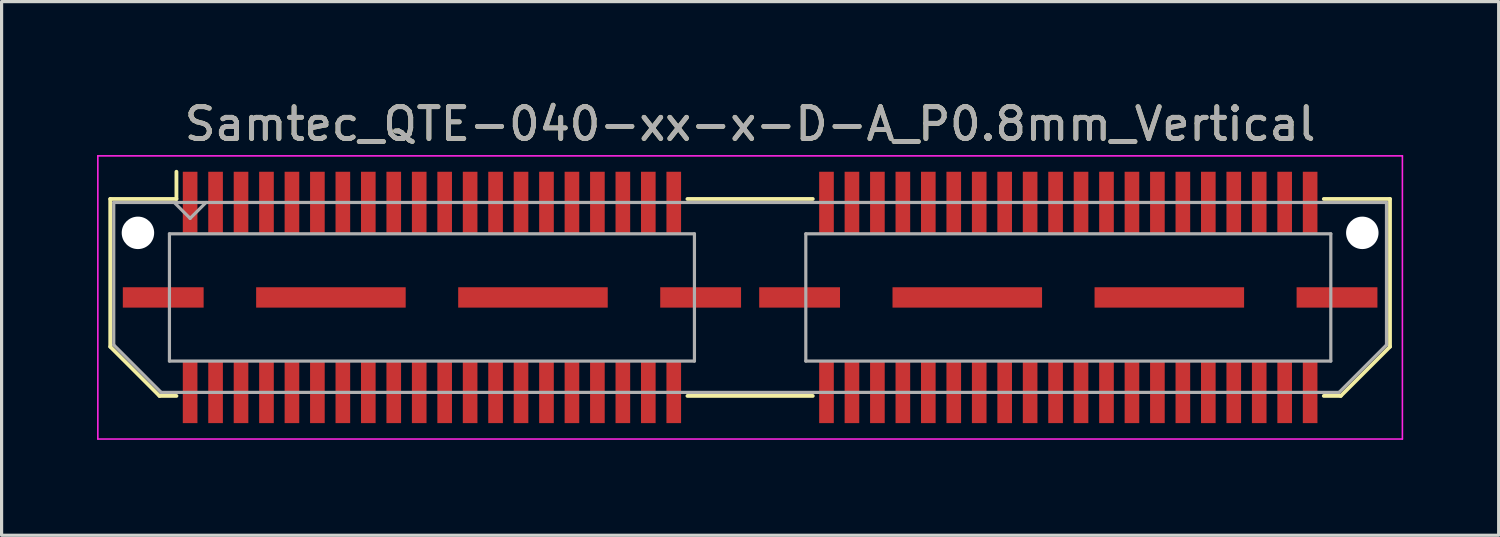
<source format=kicad_pcb>
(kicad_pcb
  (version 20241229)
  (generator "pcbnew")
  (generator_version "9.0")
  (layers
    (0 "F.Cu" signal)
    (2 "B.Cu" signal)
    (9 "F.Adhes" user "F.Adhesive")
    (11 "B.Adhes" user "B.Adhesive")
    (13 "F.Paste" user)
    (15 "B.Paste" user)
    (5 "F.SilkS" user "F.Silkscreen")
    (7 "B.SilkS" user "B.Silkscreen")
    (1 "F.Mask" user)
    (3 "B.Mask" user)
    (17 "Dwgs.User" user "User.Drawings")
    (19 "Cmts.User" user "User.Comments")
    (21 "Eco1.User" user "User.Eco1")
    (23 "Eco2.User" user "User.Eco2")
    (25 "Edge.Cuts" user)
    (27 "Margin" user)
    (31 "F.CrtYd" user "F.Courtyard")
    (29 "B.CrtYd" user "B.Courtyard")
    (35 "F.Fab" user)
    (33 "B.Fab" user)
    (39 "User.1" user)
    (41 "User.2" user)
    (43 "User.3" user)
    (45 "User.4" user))
  (footprint "Samtec_QTE-040-xx-x-D-A_P0.8mm_Vertical"
    (layer "F.Cu")
    (at 20.525 6.298)
    (property "Reference" "Samtec_QTE-040-xx-x-D-A_P0.8mm_Vertical" (at 0 -5.45 0) (layer "F.SilkS") (effects (font (size 1 1) (thickness 0.15))))
    (attr smd)
    (fp_line (start -20.11 -3.095) (end -20.11 1.548) (stroke (width 0.12) (type solid)) (layer "F.SilkS"))
    (fp_line (start -20.11 1.548) (end -18.562 3.095) (stroke (width 0.12) (type solid)) (layer "F.SilkS"))
    (fp_line (start -18.562 3.095) (end -18.03 3.095) (stroke (width 0.12) (type solid)) (layer "F.SilkS"))
    (fp_line (start -18.03 -3.95) (end -18.03 -3.095) (stroke (width 0.12) (type solid)) (layer "F.SilkS"))
    (fp_line (start -18.03 -3.095) (end -20.11 -3.095) (stroke (width 0.12) (type solid)) (layer "F.SilkS"))
    (fp_line (start -1.97 -3.095) (end 1.97 -3.095) (stroke (width 0.12) (type solid)) (layer "F.SilkS"))
    (fp_line (start -1.97 3.095) (end 1.97 3.095) (stroke (width 0.12) (type solid)) (layer "F.SilkS"))
    (fp_line (start 18.03 -3.095) (end 20.11 -3.095) (stroke (width 0.12) (type solid)) (layer "F.SilkS"))
    (fp_line (start 18.562 3.095) (end 18.03 3.095) (stroke (width 0.12) (type solid)) (layer "F.SilkS"))
    (fp_line (start 20.11 -3.095) (end 20.11 1.548) (stroke (width 0.12) (type solid)) (layer "F.SilkS"))
    (fp_line (start 20.11 1.548) (end 18.562 3.095) (stroke (width 0.12) (type solid)) (layer "F.SilkS"))
    (fp_line (start -20.5 -4.45) (end -20.5 4.45) (stroke (width 0.05) (type solid)) (layer "F.CrtYd"))
    (fp_line (start -20.5 4.45) (end 20.5 4.45) (stroke (width 0.05) (type solid)) (layer "F.CrtYd"))
    (fp_line (start 20.5 -4.45) (end -20.5 -4.45) (stroke (width 0.05) (type solid)) (layer "F.CrtYd"))
    (fp_line (start 20.5 4.45) (end 20.5 -4.45) (stroke (width 0.05) (type solid)) (layer "F.CrtYd"))
    (fp_line (start -20 -2.985) (end -20 1.492) (stroke (width 0.1) (type solid)) (layer "F.Fab"))
    (fp_line (start -20 -2.985) (end 20 -2.985) (stroke (width 0.1) (type solid)) (layer "F.Fab"))
    (fp_line (start -20 1.492) (end -18.508 2.985) (stroke (width 0.1) (type solid)) (layer "F.Fab"))
    (fp_line (start -18.508 2.985) (end 18.508 2.985) (stroke (width 0.1) (type solid)) (layer "F.Fab"))
    (fp_line (start -18.25 -2) (end -18.25 2) (stroke (width 0.1) (type solid)) (layer "F.Fab"))
    (fp_line (start -18.25 2) (end -1.75 2) (stroke (width 0.1) (type solid)) (layer "F.Fab"))
    (fp_line (start -17.6 -2.485) (end -18.1 -2.985) (stroke (width 0.1) (type solid)) (layer "F.Fab"))
    (fp_line (start -17.1 -2.985) (end -17.6 -2.485) (stroke (width 0.1) (type solid)) (layer "F.Fab"))
    (fp_line (start -1.75 -2) (end -18.25 -2) (stroke (width 0.1) (type solid)) (layer "F.Fab"))
    (fp_line (start -1.75 2) (end -1.75 -2) (stroke (width 0.1) (type solid)) (layer "F.Fab"))
    (fp_line (start 1.75 -2) (end 1.75 2) (stroke (width 0.1) (type solid)) (layer "F.Fab"))
    (fp_line (start 1.75 2) (end 18.25 2) (stroke (width 0.1) (type solid)) (layer "F.Fab"))
    (fp_line (start 18.25 -2) (end 1.75 -2) (stroke (width 0.1) (type solid)) (layer "F.Fab"))
    (fp_line (start 18.25 2) (end 18.25 -2) (stroke (width 0.1) (type solid)) (layer "F.Fab"))
    (fp_line (start 20 -2.985) (end 20 1.492) (stroke (width 0.1) (type solid)) (layer "F.Fab"))
    (fp_line (start 20 1.492) (end 18.508 2.985) (stroke (width 0.1) (type solid)) (layer "F.Fab"))
    (fp_text user "${REFERENCE}" (at 0 -5.45 0) (layer "F.Fab") (effects (font (size 1 1) (thickness 0.15))))
    (pad "" np_thru_hole circle (at -19.24 -2.03) (size 1.02 1.02) (drill 1.02) (layers "*.Cu" "*.Mask"))
    (pad "" np_thru_hole circle (at 19.24 -2.03) (size 1.02 1.02) (drill 1.02) (layers "*.Cu" "*.Mask"))
    (pad "1" smd rect (at -17.6 -2.98) (size 0.46 1.94) (layers "F.Cu" "F.Mask" "F.Paste"))
    (pad "2" smd rect (at -17.6 2.98) (size 0.46 1.94) (layers "F.Cu" "F.Mask" "F.Paste"))
    (pad "3" smd rect (at -16.8 -2.98) (size 0.46 1.94) (layers "F.Cu" "F.Mask" "F.Paste"))
    (pad "4" smd rect (at -16.8 2.98) (size 0.46 1.94) (layers "F.Cu" "F.Mask" "F.Paste"))
    (pad "5" smd rect (at -16 -2.98) (size 0.46 1.94) (layers "F.Cu" "F.Mask" "F.Paste"))
    (pad "6" smd rect (at -16 2.98) (size 0.46 1.94) (layers "F.Cu" "F.Mask" "F.Paste"))
    (pad "7" smd rect (at -15.2 -2.98) (size 0.46 1.94) (layers "F.Cu" "F.Mask" "F.Paste"))
    (pad "8" smd rect (at -15.2 2.98) (size 0.46 1.94) (layers "F.Cu" "F.Mask" "F.Paste"))
    (pad "9" smd rect (at -14.4 -2.98) (size 0.46 1.94) (layers "F.Cu" "F.Mask" "F.Paste"))
    (pad "10" smd rect (at -14.4 2.98) (size 0.46 1.94) (layers "F.Cu" "F.Mask" "F.Paste"))
    (pad "11" smd rect (at -13.6 -2.98) (size 0.46 1.94) (layers "F.Cu" "F.Mask" "F.Paste"))
    (pad "12" smd rect (at -13.6 2.98) (size 0.46 1.94) (layers "F.Cu" "F.Mask" "F.Paste"))
    (pad "13" smd rect (at -12.8 -2.98) (size 0.46 1.94) (layers "F.Cu" "F.Mask" "F.Paste"))
    (pad "14" smd rect (at -12.8 2.98) (size 0.46 1.94) (layers "F.Cu" "F.Mask" "F.Paste"))
    (pad "15" smd rect (at -12 -2.98) (size 0.46 1.94) (layers "F.Cu" "F.Mask" "F.Paste"))
    (pad "16" smd rect (at -12 2.98) (size 0.46 1.94) (layers "F.Cu" "F.Mask" "F.Paste"))
    (pad "17" smd rect (at -11.2 -2.98) (size 0.46 1.94) (layers "F.Cu" "F.Mask" "F.Paste"))
    (pad "18" smd rect (at -11.2 2.98) (size 0.46 1.94) (layers "F.Cu" "F.Mask" "F.Paste"))
    (pad "19" smd rect (at -10.4 -2.98) (size 0.46 1.94) (layers "F.Cu" "F.Mask" "F.Paste"))
    (pad "20" smd rect (at -10.4 2.98) (size 0.46 1.94) (layers "F.Cu" "F.Mask" "F.Paste"))
    (pad "21" smd rect (at -9.6 -2.98) (size 0.46 1.94) (layers "F.Cu" "F.Mask" "F.Paste"))
    (pad "22" smd rect (at -9.6 2.98) (size 0.46 1.94) (layers "F.Cu" "F.Mask" "F.Paste"))
    (pad "23" smd rect (at -8.8 -2.98) (size 0.46 1.94) (layers "F.Cu" "F.Mask" "F.Paste"))
    (pad "24" smd rect (at -8.8 2.98) (size 0.46 1.94) (layers "F.Cu" "F.Mask" "F.Paste"))
    (pad "25" smd rect (at -8 -2.98) (size 0.46 1.94) (layers "F.Cu" "F.Mask" "F.Paste"))
    (pad "26" smd rect (at -8 2.98) (size 0.46 1.94) (layers "F.Cu" "F.Mask" "F.Paste"))
    (pad "27" smd rect (at -7.2 -2.98) (size 0.46 1.94) (layers "F.Cu" "F.Mask" "F.Paste"))
    (pad "28" smd rect (at -7.2 2.98) (size 0.46 1.94) (layers "F.Cu" "F.Mask" "F.Paste"))
    (pad "29" smd rect (at -6.4 -2.98) (size 0.46 1.94) (layers "F.Cu" "F.Mask" "F.Paste"))
    (pad "30" smd rect (at -6.4 2.98) (size 0.46 1.94) (layers "F.Cu" "F.Mask" "F.Paste"))
    (pad "31" smd rect (at -5.6 -2.98) (size 0.46 1.94) (layers "F.Cu" "F.Mask" "F.Paste"))
    (pad "32" smd rect (at -5.6 2.98) (size 0.46 1.94) (layers "F.Cu" "F.Mask" "F.Paste"))
    (pad "33" smd rect (at -4.8 -2.98) (size 0.46 1.94) (layers "F.Cu" "F.Mask" "F.Paste"))
    (pad "34" smd rect (at -4.8 2.98) (size 0.46 1.94) (layers "F.Cu" "F.Mask" "F.Paste"))
    (pad "35" smd rect (at -4 -2.98) (size 0.46 1.94) (layers "F.Cu" "F.Mask" "F.Paste"))
    (pad "36" smd rect (at -4 2.98) (size 0.46 1.94) (layers "F.Cu" "F.Mask" "F.Paste"))
    (pad "37" smd rect (at -3.2 -2.98) (size 0.46 1.94) (layers "F.Cu" "F.Mask" "F.Paste"))
    (pad "38" smd rect (at -3.2 2.98) (size 0.46 1.94) (layers "F.Cu" "F.Mask" "F.Paste"))
    (pad "39" smd rect (at -2.4 -2.98) (size 0.46 1.94) (layers "F.Cu" "F.Mask" "F.Paste"))
    (pad "40" smd rect (at -2.4 2.98) (size 0.46 1.94) (layers "F.Cu" "F.Mask" "F.Paste"))
    (pad "41" smd rect (at 2.4 -2.98) (size 0.46 1.94) (layers "F.Cu" "F.Mask" "F.Paste"))
    (pad "42" smd rect (at 2.4 2.98) (size 0.46 1.94) (layers "F.Cu" "F.Mask" "F.Paste"))
    (pad "43" smd rect (at 3.2 -2.98) (size 0.46 1.94) (layers "F.Cu" "F.Mask" "F.Paste"))
    (pad "44" smd rect (at 3.2 2.98) (size 0.46 1.94) (layers "F.Cu" "F.Mask" "F.Paste"))
    (pad "45" smd rect (at 4 -2.98) (size 0.46 1.94) (layers "F.Cu" "F.Mask" "F.Paste"))
    (pad "46" smd rect (at 4 2.98) (size 0.46 1.94) (layers "F.Cu" "F.Mask" "F.Paste"))
    (pad "47" smd rect (at 4.8 -2.98) (size 0.46 1.94) (layers "F.Cu" "F.Mask" "F.Paste"))
    (pad "48" smd rect (at 4.8 2.98) (size 0.46 1.94) (layers "F.Cu" "F.Mask" "F.Paste"))
    (pad "49" smd rect (at 5.6 -2.98) (size 0.46 1.94) (layers "F.Cu" "F.Mask" "F.Paste"))
    (pad "50" smd rect (at 5.6 2.98) (size 0.46 1.94) (layers "F.Cu" "F.Mask" "F.Paste"))
    (pad "51" smd rect (at 6.4 -2.98) (size 0.46 1.94) (layers "F.Cu" "F.Mask" "F.Paste"))
    (pad "52" smd rect (at 6.4 2.98) (size 0.46 1.94) (layers "F.Cu" "F.Mask" "F.Paste"))
    (pad "53" smd rect (at 7.2 -2.98) (size 0.46 1.94) (layers "F.Cu" "F.Mask" "F.Paste"))
    (pad "54" smd rect (at 7.2 2.98) (size 0.46 1.94) (layers "F.Cu" "F.Mask" "F.Paste"))
    (pad "55" smd rect (at 8 -2.98) (size 0.46 1.94) (layers "F.Cu" "F.Mask" "F.Paste"))
    (pad "56" smd rect (at 8 2.98) (size 0.46 1.94) (layers "F.Cu" "F.Mask" "F.Paste"))
    (pad "57" smd rect (at 8.8 -2.98) (size 0.46 1.94) (layers "F.Cu" "F.Mask" "F.Paste"))
    (pad "58" smd rect (at 8.8 2.98) (size 0.46 1.94) (layers "F.Cu" "F.Mask" "F.Paste"))
    (pad "59" smd rect (at 9.6 -2.98) (size 0.46 1.94) (layers "F.Cu" "F.Mask" "F.Paste"))
    (pad "60" smd rect (at 9.6 2.98) (size 0.46 1.94) (layers "F.Cu" "F.Mask" "F.Paste"))
    (pad "61" smd rect (at 10.4 -2.98) (size 0.46 1.94) (layers "F.Cu" "F.Mask" "F.Paste"))
    (pad "62" smd rect (at 10.4 2.98) (size 0.46 1.94) (layers "F.Cu" "F.Mask" "F.Paste"))
    (pad "63" smd rect (at 11.2 -2.98) (size 0.46 1.94) (layers "F.Cu" "F.Mask" "F.Paste"))
    (pad "64" smd rect (at 11.2 2.98) (size 0.46 1.94) (layers "F.Cu" "F.Mask" "F.Paste"))
    (pad "65" smd rect (at 12 -2.98) (size 0.46 1.94) (layers "F.Cu" "F.Mask" "F.Paste"))
    (pad "66" smd rect (at 12 2.98) (size 0.46 1.94) (layers "F.Cu" "F.Mask" "F.Paste"))
    (pad "67" smd rect (at 12.8 -2.98) (size 0.46 1.94) (layers "F.Cu" "F.Mask" "F.Paste"))
    (pad "68" smd rect (at 12.8 2.98) (size 0.46 1.94) (layers "F.Cu" "F.Mask" "F.Paste"))
    (pad "69" smd rect (at 13.6 -2.98) (size 0.46 1.94) (layers "F.Cu" "F.Mask" "F.Paste"))
    (pad "70" smd rect (at 13.6 2.98) (size 0.46 1.94) (layers "F.Cu" "F.Mask" "F.Paste"))
    (pad "71" smd rect (at 14.4 -2.98) (size 0.46 1.94) (layers "F.Cu" "F.Mask" "F.Paste"))
    (pad "72" smd rect (at 14.4 2.98) (size 0.46 1.94) (layers "F.Cu" "F.Mask" "F.Paste"))
    (pad "73" smd rect (at 15.2 -2.98) (size 0.46 1.94) (layers "F.Cu" "F.Mask" "F.Paste"))
    (pad "74" smd rect (at 15.2 2.98) (size 0.46 1.94) (layers "F.Cu" "F.Mask" "F.Paste"))
    (pad "75" smd rect (at 16 -2.98) (size 0.46 1.94) (layers "F.Cu" "F.Mask" "F.Paste"))
    (pad "76" smd rect (at 16 2.98) (size 0.46 1.94) (layers "F.Cu" "F.Mask" "F.Paste"))
    (pad "77" smd rect (at 16.8 -2.98) (size 0.46 1.94) (layers "F.Cu" "F.Mask" "F.Paste"))
    (pad "78" smd rect (at 16.8 2.98) (size 0.46 1.94) (layers "F.Cu" "F.Mask" "F.Paste"))
    (pad "79" smd rect (at 17.6 -2.98) (size 0.46 1.94) (layers "F.Cu" "F.Mask" "F.Paste"))
    (pad "80" smd rect (at 17.6 2.98) (size 0.46 1.94) (layers "F.Cu" "F.Mask" "F.Paste"))
    (pad "P1" smd rect (at -18.445 0) (size 2.54 0.64) (layers "F.Cu" "F.Mask" "F.Paste"))
    (pad "P1" smd rect (at -13.175 0) (size 4.7 0.64) (layers "F.Cu" "F.Mask" "F.Paste"))
    (pad "P1" smd rect (at -6.825 0) (size 4.7 0.64) (layers "F.Cu" "F.Mask" "F.Paste"))
    (pad "P1" smd rect (at -1.555 0) (size 2.54 0.64) (layers "F.Cu" "F.Mask" "F.Paste"))
    (pad "P2" smd rect (at 1.555 0) (size 2.54 0.64) (layers "F.Cu" "F.Mask" "F.Paste"))
    (pad "P2" smd rect (at 6.825 0) (size 4.7 0.64) (layers "F.Cu" "F.Mask" "F.Paste"))
    (pad "P2" smd rect (at 13.175 0) (size 4.7 0.64) (layers "F.Cu" "F.Mask" "F.Paste"))
    (pad "P2" smd rect (at 18.445 0) (size 2.54 0.64) (layers "F.Cu" "F.Mask" "F.Paste")))
  (gr_rect
    (start -3 -3)
    (end 44.05 13.773)
    (stroke (width 0.1) (type default))
    (fill no)
    (layer "Edge.Cuts")))
</source>
